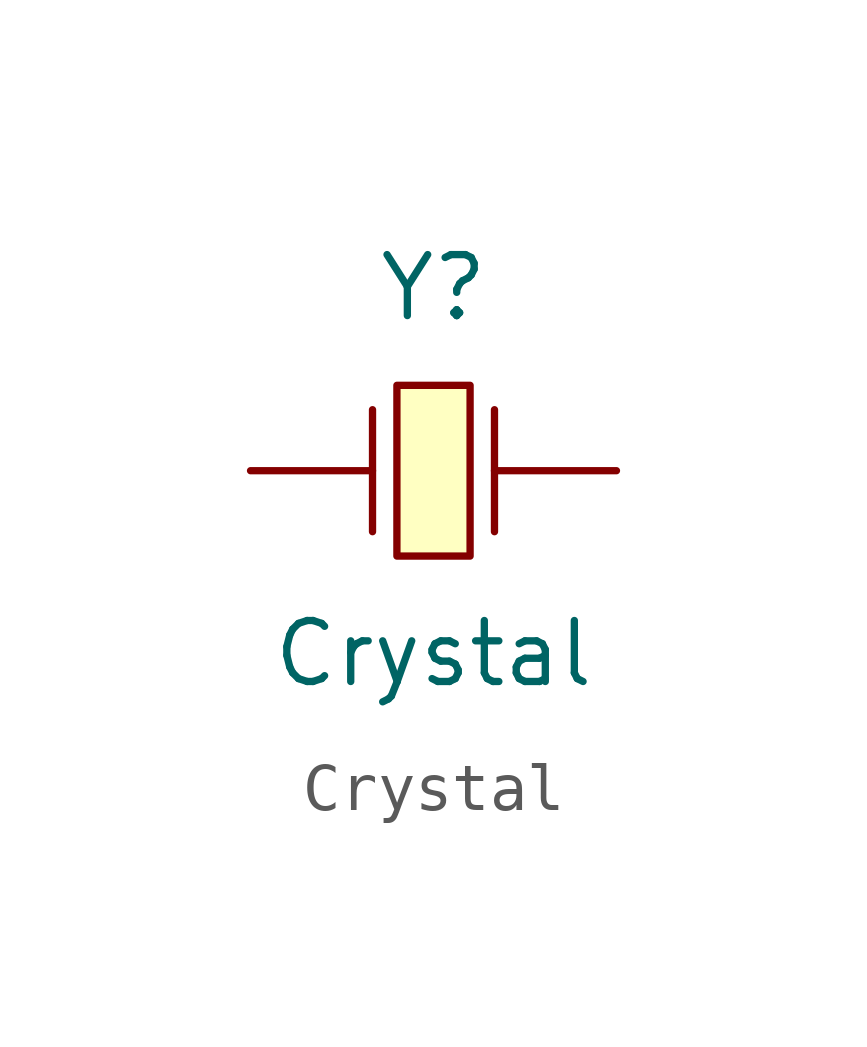
<source format=kicad_sym>
(kicad_symbol_lib
  (version 20220914)
  (generator kicad_symbol_editor)
  (symbol "Crystal"
    (pin_numbers hide)
    (pin_names hide)
    (property "Reference" "Y"
      (at 0 3.81 0)
      (effects (font (size 1.27 1.27))))
    (property "Value" "Crystal"
      (at 0 -3.81 0)
      (effects (font (size 1.27 1.27))))
    (symbol "Crystal_0_1"
      (polyline (pts (xy -1.27 1.27) (xy -1.27 -1.27)) (stroke (width 0) (type default)) (fill (type none)))
      (polyline (pts (xy 1.27 1.27) (xy 1.27 -1.27)) (stroke (width 0) (type default)) (fill (type none))))
    (symbol "Crystal_1_1"
      (rectangle (start -0.762 1.778) (end 0.762 -1.778) (stroke (width 0) (type default)) (fill (type background)))
      (pin passive line (at -3.81 0 0) (length 2.54) (name "" (effects (font (size 1.27 1.27)))) (number "1" (effects (font (size 1.27 1.27)))))
      (pin passive line (at 3.81 0 180) (length 2.54) (name "" (effects (font (size 1.27 1.27)))) (number "2" (effects (font (size 1.27 1.27))))))))
</source>
